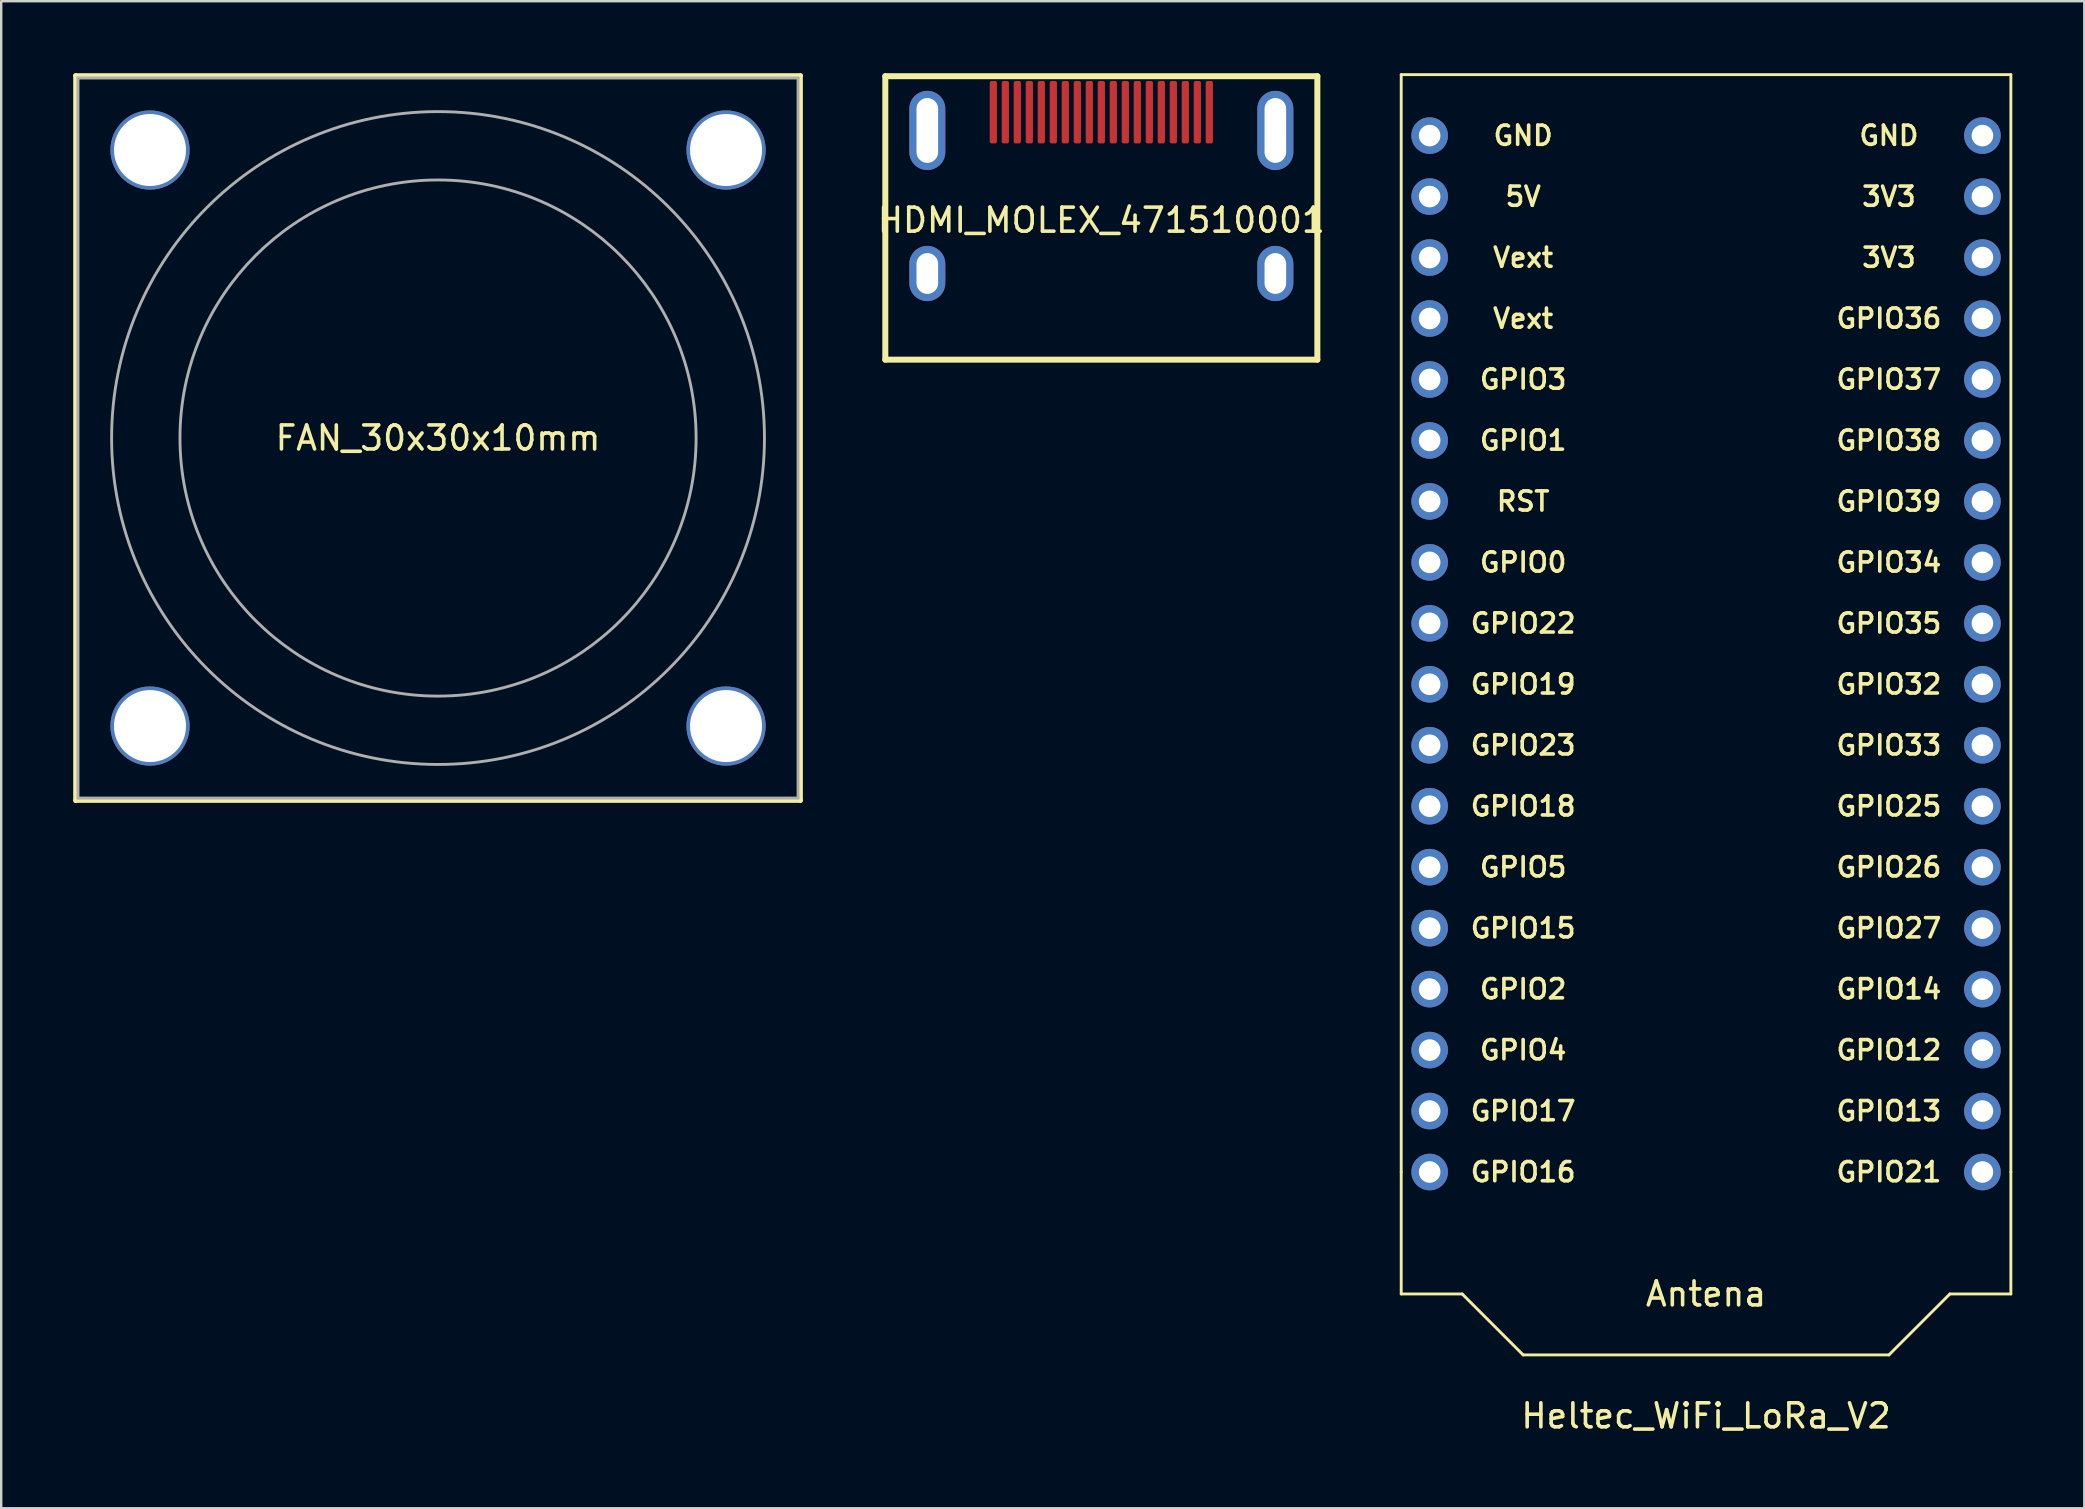
<source format=kicad_pcb>
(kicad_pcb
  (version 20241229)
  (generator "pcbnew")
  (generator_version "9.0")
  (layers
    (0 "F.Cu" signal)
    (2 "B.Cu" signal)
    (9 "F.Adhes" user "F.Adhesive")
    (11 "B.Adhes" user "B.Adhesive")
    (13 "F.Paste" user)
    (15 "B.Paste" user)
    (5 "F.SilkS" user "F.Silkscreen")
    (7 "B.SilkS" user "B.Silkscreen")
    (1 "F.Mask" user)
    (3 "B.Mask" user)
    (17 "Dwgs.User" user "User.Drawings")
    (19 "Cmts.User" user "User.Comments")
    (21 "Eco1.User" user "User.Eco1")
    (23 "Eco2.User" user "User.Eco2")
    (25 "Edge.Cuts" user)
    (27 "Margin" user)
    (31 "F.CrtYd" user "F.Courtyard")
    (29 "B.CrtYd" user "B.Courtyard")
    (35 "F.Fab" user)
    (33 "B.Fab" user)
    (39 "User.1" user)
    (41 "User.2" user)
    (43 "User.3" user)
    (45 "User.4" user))
  (footprint "FAN_30x30x10mm"
    (layer "F.Cu")
    (at 15.2 15.2)
    (property "Reference" "FAN_30x30x10mm" (at 0 0 180) (layer "F.SilkS") (effects (font (size 1 1) (thickness 0.15))))
    (attr exclude_from_pos_files exclude_from_bom)
    (fp_line (start -15.1 -15.1) (end 15.1 -15.1) (stroke (width 0.2) (type solid)) (layer "F.SilkS"))
    (fp_line (start -15.1 15.1) (end -15.1 -15.1) (stroke (width 0.2) (type solid)) (layer "F.SilkS"))
    (fp_line (start 15.1 -15.1) (end 15.1 15.1) (stroke (width 0.2) (type solid)) (layer "F.SilkS"))
    (fp_line (start 15.1 15.1) (end -15.1 15.1) (stroke (width 0.2) (type solid)) (layer "F.SilkS"))
    (fp_line (start -15 -15) (end -15 15) (stroke (width 0.12) (type solid)) (layer "F.Fab"))
    (fp_line (start -15 15) (end 15 15) (stroke (width 0.12) (type solid)) (layer "F.Fab"))
    (fp_line (start 15 -15) (end -15 -15) (stroke (width 0.12) (type solid)) (layer "F.Fab"))
    (fp_line (start 15 15) (end 15 -15) (stroke (width 0.12) (type solid)) (layer "F.Fab"))
    (fp_circle (center 0 0) (end 0 -13.6) (stroke (width 0.12) (type solid)) (fill no) (layer "F.Fab"))
    (fp_circle (center 0 0) (end 0.2 -10.75) (stroke (width 0.12) (type solid)) (fill no) (layer "F.Fab"))
    (pad "" np_thru_hole circle (at -12 -12) (size 3.3 3.3) (drill 3) (layers "*.Cu" "*.Mask"))
    (pad "" np_thru_hole circle (at -12 12) (size 3.3 3.3) (drill 3) (layers "*.Cu" "*.Mask"))
    (pad "" np_thru_hole circle (at 12 -12) (size 3.3 3.3) (drill 3) (layers "*.Cu" "*.Mask"))
    (pad "" np_thru_hole circle (at 12 12) (size 3.3 3.3) (drill 3) (layers "*.Cu" "*.Mask")))
  (footprint "HDMI_MOLEX_471510001"
    (layer "F.Cu")
    (at 42.835 1.625)
    (property "Reference" "HDMI_MOLEX_471510001" (at 0 4.5 0) (layer "F.SilkS") (effects (font (size 1 1) (thickness 0.15))))
    (attr through_hole)
    (fp_line (start -9 -1.5) (end -9 10.31) (stroke (width 0.25) (type solid)) (layer "F.SilkS"))
    (fp_line (start -9 10.31) (end 9 10.31) (stroke (width 0.25) (type solid)) (layer "F.SilkS"))
    (fp_line (start 9 -1.5) (end -9 -1.5) (stroke (width 0.25) (type solid)) (layer "F.SilkS"))
    (fp_line (start 9 10.31) (end 9 -1.5) (stroke (width 0.25) (type solid)) (layer "F.SilkS"))
    (pad "1" smd roundrect (at 4.5 0) (size 0.3 2.6) (layers "F.Cu" "F.Mask" "F.Paste") (roundrect_rratio 0.25))
    (pad "2" smd roundrect (at 4 0) (size 0.3 2.6) (layers "F.Cu" "F.Mask" "F.Paste") (roundrect_rratio 0.25))
    (pad "3" smd roundrect (at 3.5 0) (size 0.3 2.6) (layers "F.Cu" "F.Mask" "F.Paste") (roundrect_rratio 0.25))
    (pad "4" smd roundrect (at 3 0) (size 0.3 2.6) (layers "F.Cu" "F.Mask" "F.Paste") (roundrect_rratio 0.25))
    (pad "5" smd roundrect (at 2.5 0) (size 0.3 2.6) (layers "F.Cu" "F.Mask" "F.Paste") (roundrect_rratio 0.25))
    (pad "6" smd roundrect (at 2 0) (size 0.3 2.6) (layers "F.Cu" "F.Mask" "F.Paste") (roundrect_rratio 0.25))
    (pad "7" smd roundrect (at 1.5 0) (size 0.3 2.6) (layers "F.Cu" "F.Mask" "F.Paste") (roundrect_rratio 0.25))
    (pad "8" smd roundrect (at 1 0) (size 0.3 2.6) (layers "F.Cu" "F.Mask" "F.Paste") (roundrect_rratio 0.25))
    (pad "9" smd roundrect (at 0.5 0) (size 0.3 2.6) (layers "F.Cu" "F.Mask" "F.Paste") (roundrect_rratio 0.25))
    (pad "10" smd roundrect (at 0 0) (size 0.3 2.6) (layers "F.Cu" "F.Mask" "F.Paste") (roundrect_rratio 0.25))
    (pad "11" smd roundrect (at -0.5 0) (size 0.3 2.6) (layers "F.Cu" "F.Mask" "F.Paste") (roundrect_rratio 0.25))
    (pad "12" smd roundrect (at -1 0) (size 0.3 2.6) (layers "F.Cu" "F.Mask" "F.Paste") (roundrect_rratio 0.25))
    (pad "13" smd roundrect (at -1.5 0) (size 0.3 2.6) (layers "F.Cu" "F.Mask" "F.Paste") (roundrect_rratio 0.25))
    (pad "14" smd roundrect (at -2 0) (size 0.3 2.6) (layers "F.Cu" "F.Mask" "F.Paste") (roundrect_rratio 0.25))
    (pad "15" smd roundrect (at -2.5 0) (size 0.3 2.6) (layers "F.Cu" "F.Mask" "F.Paste") (roundrect_rratio 0.25))
    (pad "16" smd roundrect (at -3 0) (size 0.3 2.6) (layers "F.Cu" "F.Mask" "F.Paste") (roundrect_rratio 0.25))
    (pad "17" smd roundrect (at -3.5 0) (size 0.3 2.6) (layers "F.Cu" "F.Mask" "F.Paste") (roundrect_rratio 0.25))
    (pad "18" smd roundrect (at -4 0) (size 0.3 2.6) (layers "F.Cu" "F.Mask" "F.Paste") (roundrect_rratio 0.25))
    (pad "19" smd roundrect (at -4.5 0) (size 0.3 2.6) (layers "F.Cu" "F.Mask" "F.Paste") (roundrect_rratio 0.25))
    (pad "SH" thru_hole oval (at -7.25 0.76) (size 1.5 3.3) (drill oval 0.9 2.7) (layers "*.Cu" "*.Mask"))
    (pad "SH" thru_hole oval (at -7.25 6.72) (size 1.5 2.3) (drill oval 0.9 1.7) (layers "*.Cu" "*.Mask"))
    (pad "SH" thru_hole oval (at 7.25 0.76) (size 1.5 3.3) (drill oval 0.9 2.7) (layers "*.Cu" "*.Mask"))
    (pad "SH" thru_hole oval (at 7.25 6.72) (size 1.5 2.3) (drill oval 0.9 1.7) (layers "*.Cu" "*.Mask")))
  (footprint "Heltec_WiFi_LoRa_V2"
    (layer "F.Cu")
    (at 68.029 28)
    (property "Reference" "Heltec_WiFi_LoRa_V2" (at 0 27.94 0) (layer "F.SilkS") (effects (font (size 1 1) (thickness 0.15))))
    (attr through_hole)
    (fp_line (start -12.7 -27.94) (end -12.7 17.78) (stroke (width 0.12) (type solid)) (layer "F.SilkS"))
    (fp_line (start -12.7 -27.94) (end 12.7 -27.94) (stroke (width 0.12) (type solid)) (layer "F.SilkS"))
    (fp_line (start -12.7 17.78) (end -12.7 22.86) (stroke (width 0.12) (type solid)) (layer "F.SilkS"))
    (fp_line (start -12.7 22.86) (end -10.16 22.86) (stroke (width 0.12) (type solid)) (layer "F.SilkS"))
    (fp_line (start -10.16 22.86) (end -7.62 25.4) (stroke (width 0.12) (type solid)) (layer "F.SilkS"))
    (fp_line (start -7.62 25.4) (end 7.62 25.4) (stroke (width 0.12) (type solid)) (layer "F.SilkS"))
    (fp_line (start 7.62 25.4) (end 10.16 22.86) (stroke (width 0.12) (type solid)) (layer "F.SilkS"))
    (fp_line (start 10.16 22.86) (end 12.7 22.86) (stroke (width 0.12) (type solid)) (layer "F.SilkS"))
    (fp_line (start 12.7 17.78) (end 12.7 -27.94) (stroke (width 0.12) (type solid)) (layer "F.SilkS"))
    (fp_line (start 12.7 22.86) (end 12.7 17.78) (stroke (width 0.12) (type solid)) (layer "F.SilkS"))
    (fp_text user "GPIO1" (at -7.62 -12.7 0) (layer "F.SilkS") (effects (font (size 0.8 0.8) (thickness 0.15))))
    (fp_text user "GPIO2" (at -7.62 10.16 0) (layer "F.SilkS") (effects (font (size 0.8 0.8) (thickness 0.15))))
    (fp_text user "Vext" (at -7.62 -17.78 0) (layer "F.SilkS") (effects (font (size 0.8 0.8) (thickness 0.15))))
    (fp_text user "GPIO35" (at 7.62 -5.08 0) (layer "F.SilkS") (effects (font (size 0.8 0.8) (thickness 0.15))))
    (fp_text user "GND" (at 7.62 -25.4 0) (layer "F.SilkS") (effects (font (size 0.8 0.8) (thickness 0.15))))
    (fp_text user "GPIO36" (at 7.62 -17.78 0) (layer "F.SilkS") (effects (font (size 0.8 0.8) (thickness 0.15))))
    (fp_text user "Vext" (at -7.62 -20.32 0) (layer "F.SilkS") (effects (font (size 0.8 0.8) (thickness 0.15))))
    (fp_text user "RST" (at -7.62 -10.16 0) (layer "F.SilkS") (effects (font (size 0.8 0.8) (thickness 0.15))))
    (fp_text user "3V3" (at 7.62 -20.32 0) (layer "F.SilkS") (effects (font (size 0.8 0.8) (thickness 0.15))))
    (fp_text user "GPIO0" (at -7.62 -7.62 0) (layer "F.SilkS") (effects (font (size 0.8 0.8) (thickness 0.15))))
    (fp_text user "GPIO32" (at 7.62 -2.54 0) (layer "F.SilkS") (effects (font (size 0.8 0.8) (thickness 0.15))))
    (fp_text user "GPIO25" (at 7.62 2.54 0) (layer "F.SilkS") (effects (font (size 0.8 0.8) (thickness 0.15))))
    (fp_text user "GND" (at -7.62 -25.4 0) (layer "F.SilkS") (effects (font (size 0.8 0.8) (thickness 0.15))))
    (fp_text user "GPIO39" (at 7.62 -10.16 0) (layer "F.SilkS") (effects (font (size 0.8 0.8) (thickness 0.15))))
    (fp_text user "GPIO15" (at -7.62 7.62 0) (layer "F.SilkS") (effects (font (size 0.8 0.8) (thickness 0.15))))
    (fp_text user "GPIO16" (at -7.62 17.78 0) (layer "F.SilkS") (effects (font (size 0.8 0.8) (thickness 0.15))))
    (fp_text user "GPIO17" (at -7.62 15.24 0) (layer "F.SilkS") (effects (font (size 0.8 0.8) (thickness 0.15))))
    (fp_text user "GPIO19" (at -7.62 -2.54 0) (layer "F.SilkS") (effects (font (size 0.8 0.8) (thickness 0.15))))
    (fp_text user "GPIO22" (at -7.62 -5.08 0) (layer "F.SilkS") (effects (font (size 0.8 0.8) (thickness 0.15))))
    (fp_text user "GPIO38" (at 7.62 -12.7 0) (layer "F.SilkS") (effects (font (size 0.8 0.8) (thickness 0.15))))
    (fp_text user "GPIO5" (at -7.62 5.08 0) (layer "F.SilkS") (effects (font (size 0.8 0.8) (thickness 0.15))))
    (fp_text user "GPIO33" (at 7.62 0 0) (layer "F.SilkS") (effects (font (size 0.8 0.8) (thickness 0.15))))
    (fp_text user "GPIO3" (at -7.62 -15.24 0) (layer "F.SilkS") (effects (font (size 0.8 0.8) (thickness 0.15))))
    (fp_text user "GPIO14" (at 7.62 10.16 0) (layer "F.SilkS") (effects (font (size 0.8 0.8) (thickness 0.15))))
    (fp_text user "GPIO27" (at 7.62 7.62 0) (layer "F.SilkS") (effects (font (size 0.8 0.8) (thickness 0.15))))
    (fp_text user "GPIO12" (at 7.62 12.7 0) (layer "F.SilkS") (effects (font (size 0.8 0.8) (thickness 0.15))))
    (fp_text user "GPIO26" (at 7.62 5.08 0) (layer "F.SilkS") (effects (font (size 0.8 0.8) (thickness 0.15))))
    (fp_text user "5V" (at -7.62 -22.86 0) (layer "F.SilkS") (effects (font (size 0.8 0.8) (thickness 0.15))))
    (fp_text user "GPIO4" (at -7.62 12.7 0) (layer "F.SilkS") (effects (font (size 0.8 0.8) (thickness 0.15))))
    (fp_text user "3V3" (at 7.62 -22.86 0) (layer "F.SilkS") (effects (font (size 0.8 0.8) (thickness 0.15))))
    (fp_text user "GPIO37" (at 7.62 -15.24 0) (layer "F.SilkS") (effects (font (size 0.8 0.8) (thickness 0.15))))
    (fp_text user "GPIO23" (at -7.62 0 0) (layer "F.SilkS") (effects (font (size 0.8 0.8) (thickness 0.15))))
    (fp_text user "GPIO21" (at 7.62 17.78 0) (layer "F.SilkS") (effects (font (size 0.8 0.8) (thickness 0.15))))
    (fp_text user "GPIO18" (at -7.62 2.54 0) (layer "F.SilkS") (effects (font (size 0.8 0.8) (thickness 0.15))))
    (fp_text user "GPIO13" (at 7.62 15.24 0) (layer "F.SilkS") (effects (font (size 0.8 0.8) (thickness 0.15))))
    (fp_text user "Antena" (at 0 22.86 0) (layer "F.SilkS") (effects (font (size 1 1) (thickness 0.15))))
    (fp_text user "GPIO34" (at 7.62 -7.62 0) (layer "F.SilkS") (effects (font (size 0.8 0.8) (thickness 0.15))))
    (pad "1" thru_hole circle (at -11.515 -25.4) (size 1.524 1.524) (drill 0.9) (layers "*.Cu" "*.Mask"))
    (pad "2" thru_hole circle (at -11.515 -22.86) (size 1.524 1.524) (drill 0.9) (layers "*.Cu" "*.Mask"))
    (pad "3" thru_hole circle (at -11.515 -20.32) (size 1.524 1.524) (drill 0.9) (layers "*.Cu" "*.Mask"))
    (pad "4" thru_hole circle (at -11.515 -17.78) (size 1.524 1.524) (drill 0.9) (layers "*.Cu" "*.Mask"))
    (pad "5" thru_hole circle (at -11.515 -15.24) (size 1.524 1.524) (drill 0.9) (layers "*.Cu" "*.Mask"))
    (pad "6" thru_hole circle (at -11.515 -12.7) (size 1.524 1.524) (drill 0.9) (layers "*.Cu" "*.Mask"))
    (pad "7" thru_hole circle (at -11.515 -10.16) (size 1.524 1.524) (drill 0.9) (layers "*.Cu" "*.Mask"))
    (pad "8" thru_hole circle (at -11.515 -7.62) (size 1.524 1.524) (drill 0.9) (layers "*.Cu" "*.Mask"))
    (pad "9" thru_hole circle (at -11.515 -5.08) (size 1.524 1.524) (drill 0.9) (layers "*.Cu" "*.Mask"))
    (pad "10" thru_hole circle (at -11.515 -2.54) (size 1.524 1.524) (drill 0.9) (layers "*.Cu" "*.Mask"))
    (pad "11" thru_hole circle (at -11.515 0) (size 1.524 1.524) (drill 0.9) (layers "*.Cu" "*.Mask"))
    (pad "12" thru_hole circle (at -11.515 2.54) (size 1.524 1.524) (drill 0.9) (layers "*.Cu" "*.Mask"))
    (pad "13" thru_hole circle (at -11.515 5.08) (size 1.524 1.524) (drill 0.9) (layers "*.Cu" "*.Mask"))
    (pad "14" thru_hole circle (at -11.515 7.62) (size 1.524 1.524) (drill 0.9) (layers "*.Cu" "*.Mask"))
    (pad "15" thru_hole circle (at -11.515 10.16) (size 1.524 1.524) (drill 0.9) (layers "*.Cu" "*.Mask"))
    (pad "16" thru_hole circle (at -11.515 12.7) (size 1.524 1.524) (drill 0.9) (layers "*.Cu" "*.Mask"))
    (pad "17" thru_hole circle (at -11.515 15.24) (size 1.524 1.524) (drill 0.9) (layers "*.Cu" "*.Mask"))
    (pad "18" thru_hole circle (at -11.515 17.78) (size 1.524 1.524) (drill 0.9) (layers "*.Cu" "*.Mask"))
    (pad "19" thru_hole circle (at 11.515 17.78) (size 1.524 1.524) (drill 0.9) (layers "*.Cu" "*.Mask"))
    (pad "20" thru_hole circle (at 11.515 15.24) (size 1.524 1.524) (drill 0.9) (layers "*.Cu" "*.Mask"))
    (pad "21" thru_hole circle (at 11.515 12.7) (size 1.524 1.524) (drill 0.9) (layers "*.Cu" "*.Mask"))
    (pad "22" thru_hole circle (at 11.515 10.16) (size 1.524 1.524) (drill 0.9) (layers "*.Cu" "*.Mask"))
    (pad "23" thru_hole circle (at 11.515 7.62) (size 1.524 1.524) (drill 0.9) (layers "*.Cu" "*.Mask"))
    (pad "24" thru_hole circle (at 11.515 5.08) (size 1.524 1.524) (drill 0.9) (layers "*.Cu" "*.Mask"))
    (pad "25" thru_hole circle (at 11.515 2.54) (size 1.524 1.524) (drill 0.9) (layers "*.Cu" "*.Mask"))
    (pad "26" thru_hole circle (at 11.515 0) (size 1.524 1.524) (drill 0.9) (layers "*.Cu" "*.Mask"))
    (pad "27" thru_hole circle (at 11.515 -2.54) (size 1.524 1.524) (drill 0.9) (layers "*.Cu" "*.Mask"))
    (pad "28" thru_hole circle (at 11.515 -5.08) (size 1.524 1.524) (drill 0.9) (layers "*.Cu" "*.Mask"))
    (pad "29" thru_hole circle (at 11.515 -7.62) (size 1.524 1.524) (drill 0.9) (layers "*.Cu" "*.Mask"))
    (pad "30" thru_hole circle (at 11.515 -10.16) (size 1.524 1.524) (drill 0.9) (layers "*.Cu" "*.Mask"))
    (pad "31" thru_hole circle (at 11.515 -12.7) (size 1.524 1.524) (drill 0.9) (layers "*.Cu" "*.Mask"))
    (pad "32" thru_hole circle (at 11.515 -15.24) (size 1.524 1.524) (drill 0.9) (layers "*.Cu" "*.Mask"))
    (pad "33" thru_hole circle (at 11.515 -17.78) (size 1.524 1.524) (drill 0.9) (layers "*.Cu" "*.Mask"))
    (pad "34" thru_hole circle (at 11.515 -20.32) (size 1.524 1.524) (drill 0.9) (layers "*.Cu" "*.Mask"))
    (pad "35" thru_hole circle (at 11.515 -22.86) (size 1.524 1.524) (drill 0.9) (layers "*.Cu" "*.Mask"))
    (pad "36" thru_hole circle (at 11.515 -25.4) (size 1.524 1.524) (drill 0.9) (layers "*.Cu" "*.Mask")))
  (gr_rect
    (start -3 -3)
    (end 83.789 59.788)
    (stroke (width 0.1) (type default))
    (fill no)
    (layer "Edge.Cuts")))
</source>
